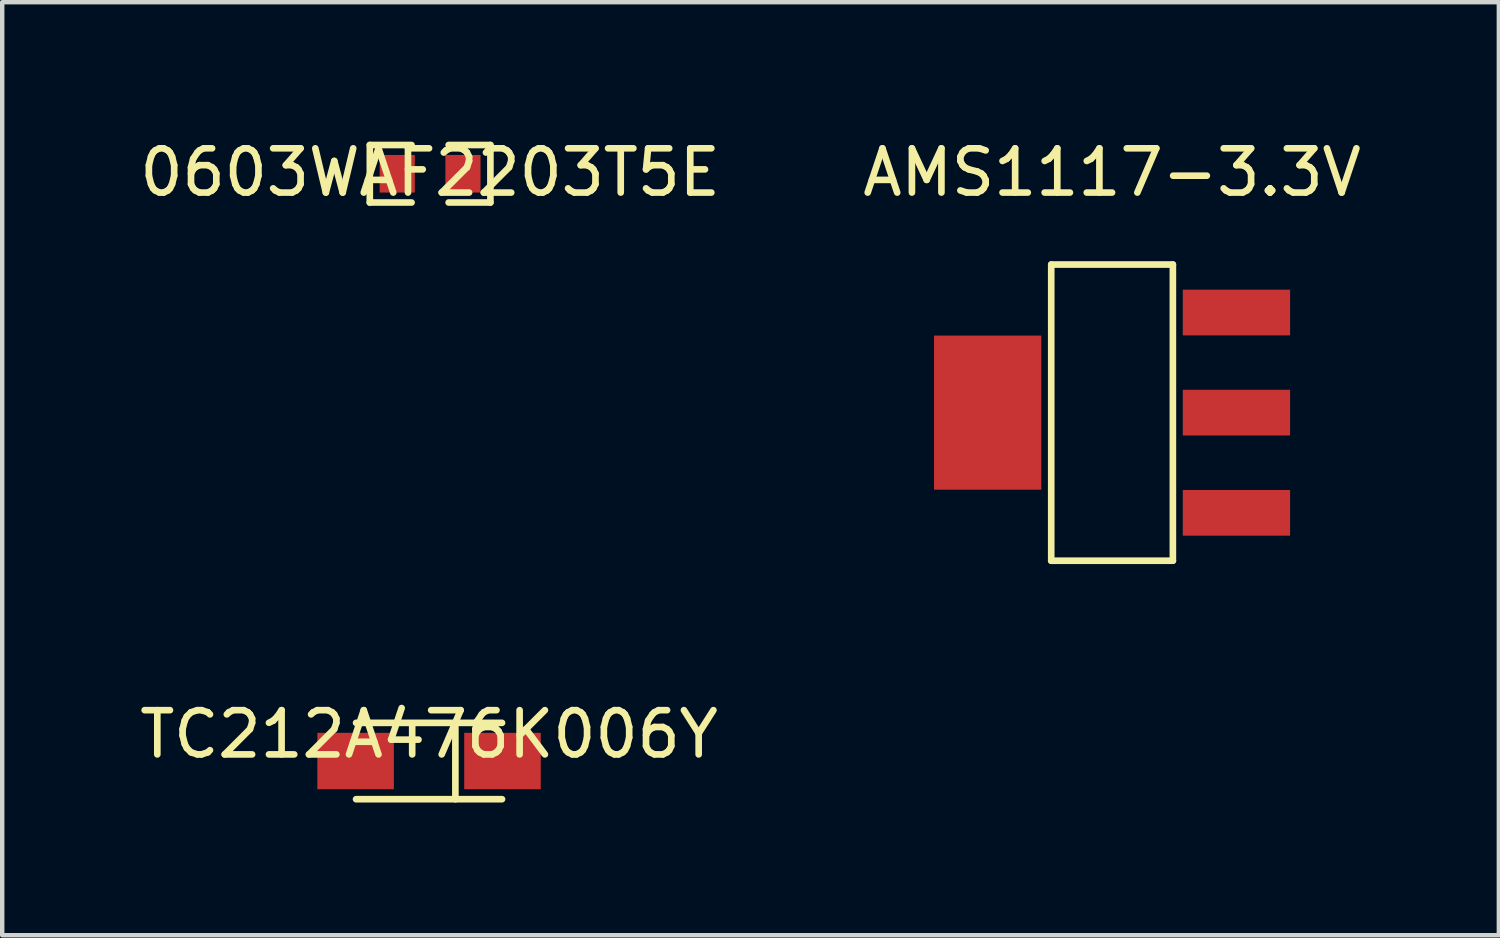
<source format=kicad_pcb>
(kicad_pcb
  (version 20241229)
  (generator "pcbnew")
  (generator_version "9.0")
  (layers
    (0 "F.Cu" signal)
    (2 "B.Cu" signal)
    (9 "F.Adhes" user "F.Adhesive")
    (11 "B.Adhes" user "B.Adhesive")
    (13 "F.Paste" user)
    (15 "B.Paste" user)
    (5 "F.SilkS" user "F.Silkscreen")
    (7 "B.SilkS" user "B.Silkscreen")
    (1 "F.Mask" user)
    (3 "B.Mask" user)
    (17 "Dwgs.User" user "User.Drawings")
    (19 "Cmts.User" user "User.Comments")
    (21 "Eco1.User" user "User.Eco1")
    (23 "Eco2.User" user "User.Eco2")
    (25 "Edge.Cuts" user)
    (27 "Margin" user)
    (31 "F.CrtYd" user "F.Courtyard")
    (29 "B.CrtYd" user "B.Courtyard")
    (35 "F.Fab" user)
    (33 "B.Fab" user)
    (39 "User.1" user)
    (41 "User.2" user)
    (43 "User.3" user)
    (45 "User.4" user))
  (footprint "AMS1117-3.3V"
    (layer "F.Cu")
    (at 22.089 6.278)
    (property "Reference" "AMS1117-3.3V" (at 0 -5.43 0) (layer "F.SilkS") (effects (font (size 1 1) (thickness 0.15))))
    (attr through_hole)
    (fp_line (start -1.375 -3.348) (end 1.375 -3.348) (stroke (width 0.15) (type solid)) (layer "F.SilkS"))
    (fp_line (start -1.375 3.348) (end -1.375 -3.348) (stroke (width 0.15) (type solid)) (layer "F.SilkS"))
    (fp_line (start 1.375 -3.348) (end 1.375 3.348) (stroke (width 0.15) (type solid)) (layer "F.SilkS"))
    (fp_line (start 1.375 3.348) (end -1.375 3.348) (stroke (width 0.15) (type solid)) (layer "F.SilkS"))
    (pad "1" smd rect (at 2.812 2.265) (size 2.426 1.033) (layers "F.Cu" "F.Mask" "F.Paste"))
    (pad "2" smd rect (at 2.812 0) (size 2.426 1.033) (layers "F.Cu" "F.Mask" "F.Paste"))
    (pad "3" smd rect (at 2.812 -2.263) (size 2.426 1.033) (layers "F.Cu" "F.Mask" "F.Paste"))
    (pad "4" smd rect (at -2.812 0) (size 2.426 3.484) (layers "F.Cu" "F.Mask" "F.Paste")))
  (footprint "0603WAF2203T5E"
    (layer "F.Cu")
    (at 6.673 0.878)
    (property "Reference" "0603WAF2203T5E" (at 0 -0.03 0) (layer "F.SilkS") (effects (font (size 1 1) (thickness 0.15))))
    (attr through_hole)
    (fp_line (start -1.363 -0.65) (end -0.419 -0.65) (stroke (width 0.15) (type solid)) (layer "F.SilkS"))
    (fp_line (start -1.363 0.65) (end -1.363 -0.65) (stroke (width 0.15) (type solid)) (layer "F.SilkS"))
    (fp_line (start -0.419 0.65) (end -1.363 0.65) (stroke (width 0.15) (type solid)) (layer "F.SilkS"))
    (fp_line (start 0.419 0.65) (end 1.363 0.65) (stroke (width 0.15) (type solid)) (layer "F.SilkS"))
    (fp_line (start 1.363 -0.65) (end 0.419 -0.65) (stroke (width 0.15) (type solid)) (layer "F.SilkS"))
    (fp_line (start 1.363 0.65) (end 1.363 -0.65) (stroke (width 0.15) (type solid)) (layer "F.SilkS"))
    (pad "1" smd rect (at -0.743 0) (size 0.794 0.85) (layers "F.Cu" "F.Mask" "F.Paste"))
    (pad "2" smd rect (at 0.743 0) (size 0.794 0.85) (layers "F.Cu" "F.Mask" "F.Paste")))
  (footprint "TC212A476K006Y"
    (layer "F.Cu")
    (at 6.649 14.154)
    (property "Reference" "TC212A476K006Y" (at 0 -0.605 0) (layer "F.SilkS") (effects (font (size 1 1) (thickness 0.15))))
    (attr through_hole)
    (fp_line (start -1.65 -0.863) (end 1.65 -0.863) (stroke (width 0.15) (type solid)) (layer "F.SilkS"))
    (fp_line (start -1.65 0.863) (end 1.65 0.863) (stroke (width 0.15) (type solid)) (layer "F.SilkS"))
    (fp_line (start 0.595 -0.863) (end 0.595 0.863) (stroke (width 0.15) (type solid)) (layer "F.SilkS"))
    (pad "1" smd rect (at 1.66 0) (size 1.73 1.276) (layers "F.Cu" "F.Mask" "F.Paste"))
    (pad "2" smd rect (at -1.66 0) (size 1.73 1.276) (layers "F.Cu" "F.Mask" "F.Paste")))
  (gr_rect
    (start -3 -3)
    (end 30.833 18.092)
    (stroke (width 0.1) (type default))
    (fill no)
    (layer "Edge.Cuts")))
</source>
